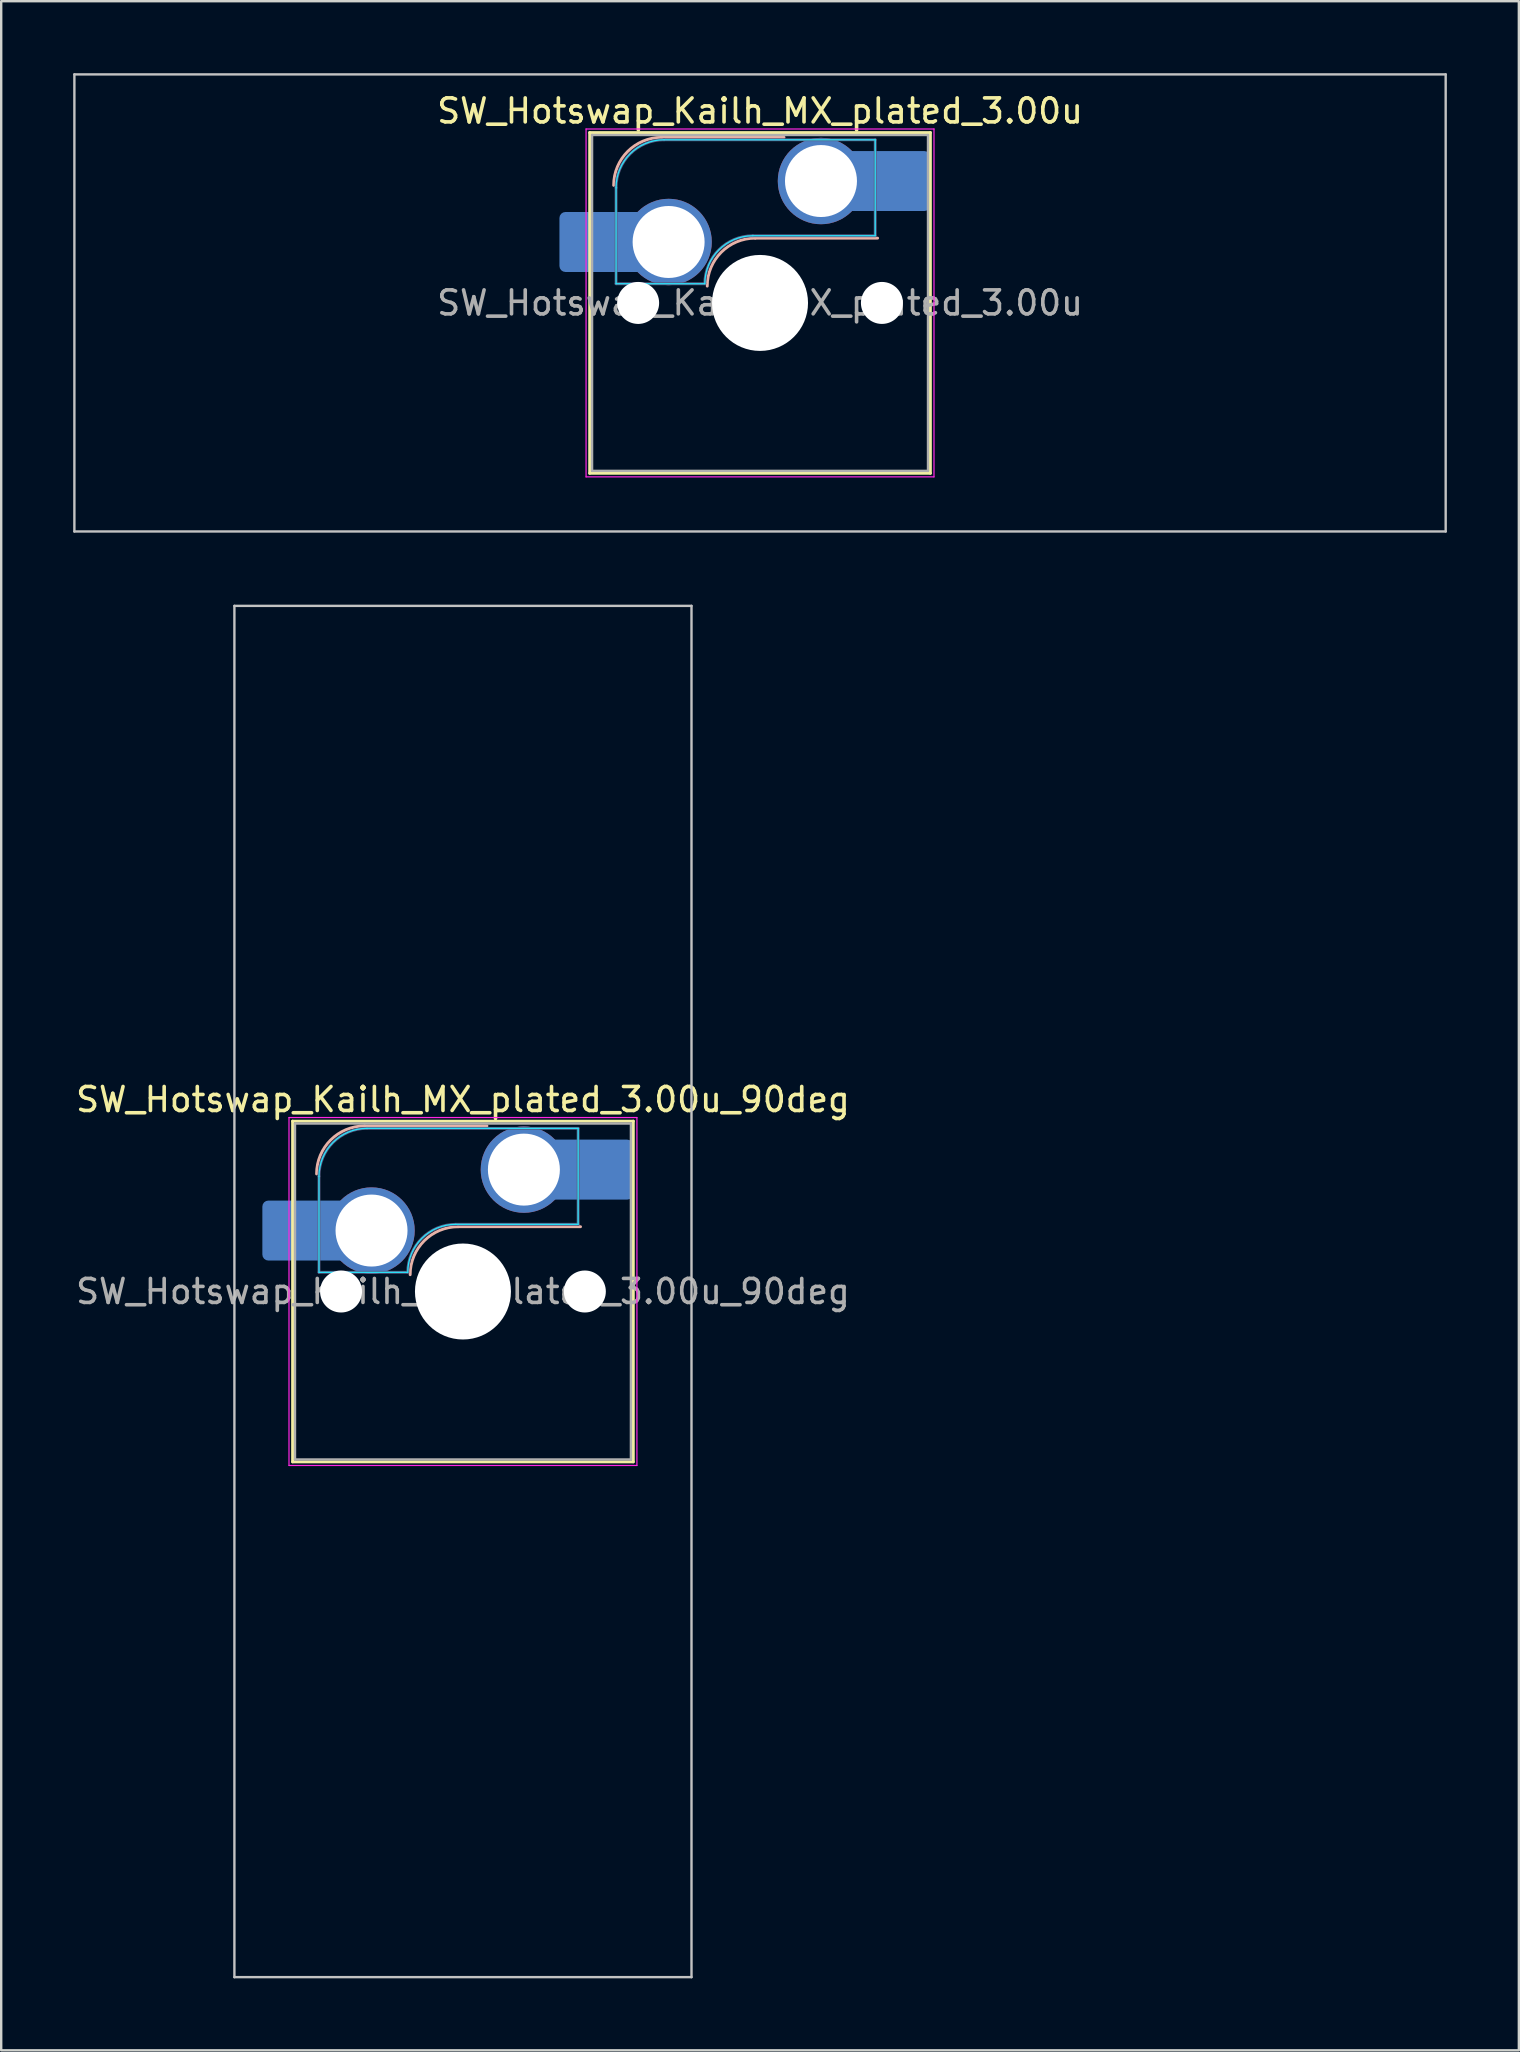
<source format=kicad_pcb>
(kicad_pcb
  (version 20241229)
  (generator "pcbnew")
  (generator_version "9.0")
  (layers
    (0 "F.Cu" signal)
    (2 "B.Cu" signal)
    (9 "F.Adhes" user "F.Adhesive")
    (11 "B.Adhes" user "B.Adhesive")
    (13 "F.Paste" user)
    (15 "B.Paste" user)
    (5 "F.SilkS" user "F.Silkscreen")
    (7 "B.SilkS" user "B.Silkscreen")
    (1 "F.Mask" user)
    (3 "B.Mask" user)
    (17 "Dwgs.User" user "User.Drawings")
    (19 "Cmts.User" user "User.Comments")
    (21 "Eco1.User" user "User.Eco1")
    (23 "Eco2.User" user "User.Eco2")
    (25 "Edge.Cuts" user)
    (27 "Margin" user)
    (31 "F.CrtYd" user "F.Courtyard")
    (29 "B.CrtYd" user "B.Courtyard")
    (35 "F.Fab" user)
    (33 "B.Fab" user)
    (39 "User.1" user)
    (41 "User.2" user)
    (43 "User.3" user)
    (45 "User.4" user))
  (footprint "SW_Hotswap_Kailh_MX_plated_3.00u"
    (layer "F.Cu")
    (at 28.625 9.575)
    (property "Reference" "SW_Hotswap_Kailh_MX_plated_3.00u" (at 0 -8 0) (layer "F.SilkS") (effects (font (size 1 1) (thickness 0.15))))
    (attr smd)
    (fp_line (start -7.1 -7.1) (end -7.1 7.1) (stroke (width 0.12) (type solid)) (layer "F.SilkS"))
    (fp_line (start -7.1 7.1) (end 7.1 7.1) (stroke (width 0.12) (type solid)) (layer "F.SilkS"))
    (fp_line (start 7.1 -7.1) (end -7.1 -7.1) (stroke (width 0.12) (type solid)) (layer "F.SilkS"))
    (fp_line (start 7.1 7.1) (end 7.1 -7.1) (stroke (width 0.12) (type solid)) (layer "F.SilkS"))
    (fp_line (start -4.1 -6.9) (end 1 -6.9) (stroke (width 0.12) (type solid)) (layer "B.SilkS"))
    (fp_line (start -0.2 -2.7) (end 4.9 -2.7) (stroke (width 0.12) (type solid)) (layer "B.SilkS"))
    (fp_arc (start -6.1 -4.9) (mid -5.514214 -6.314214) (end -4.1 -6.9) (stroke (width 0.12) (type solid)) (layer "B.SilkS"))
    (fp_arc (start -2.2 -0.7) (mid -1.614214 -2.114214) (end -0.2 -2.7) (stroke (width 0.12) (type solid)) (layer "B.SilkS"))
    (fp_line (start -28.575 -9.525) (end -28.575 9.525) (stroke (width 0.1) (type solid)) (layer "Dwgs.User"))
    (fp_line (start -28.575 9.525) (end 28.575 9.525) (stroke (width 0.1) (type solid)) (layer "Dwgs.User"))
    (fp_line (start 28.575 -9.525) (end -28.575 -9.525) (stroke (width 0.1) (type solid)) (layer "Dwgs.User"))
    (fp_line (start 28.575 9.525) (end 28.575 -9.525) (stroke (width 0.1) (type solid)) (layer "Dwgs.User"))
    (fp_line (start -7.8 -6) (end -7 -6) (stroke (width 0.1) (type solid)) (layer "Eco1.User"))
    (fp_line (start -7.8 -2.9) (end -7.8 -6) (stroke (width 0.1) (type solid)) (layer "Eco1.User"))
    (fp_line (start -7.8 2.9) (end -7 2.9) (stroke (width 0.1) (type solid)) (layer "Eco1.User"))
    (fp_line (start -7.8 6) (end -7.8 2.9) (stroke (width 0.1) (type solid)) (layer "Eco1.User"))
    (fp_line (start -7 -7) (end 7 -7) (stroke (width 0.1) (type solid)) (layer "Eco1.User"))
    (fp_line (start -7 -6) (end -7 -7) (stroke (width 0.1) (type solid)) (layer "Eco1.User"))
    (fp_line (start -7 -2.9) (end -7.8 -2.9) (stroke (width 0.1) (type solid)) (layer "Eco1.User"))
    (fp_line (start -7 2.9) (end -7 -2.9) (stroke (width 0.1) (type solid)) (layer "Eco1.User"))
    (fp_line (start -7 6) (end -7.8 6) (stroke (width 0.1) (type solid)) (layer "Eco1.User"))
    (fp_line (start -7 7) (end -7 6) (stroke (width 0.1) (type solid)) (layer "Eco1.User"))
    (fp_line (start 7 -7) (end 7 -6) (stroke (width 0.1) (type solid)) (layer "Eco1.User"))
    (fp_line (start 7 -6) (end 7.8 -6) (stroke (width 0.1) (type solid)) (layer "Eco1.User"))
    (fp_line (start 7 -2.9) (end 7 2.9) (stroke (width 0.1) (type solid)) (layer "Eco1.User"))
    (fp_line (start 7 2.9) (end 7.8 2.9) (stroke (width 0.1) (type solid)) (layer "Eco1.User"))
    (fp_line (start 7 6) (end 7 7) (stroke (width 0.1) (type solid)) (layer "Eco1.User"))
    (fp_line (start 7 7) (end -7 7) (stroke (width 0.1) (type solid)) (layer "Eco1.User"))
    (fp_line (start 7.8 -6) (end 7.8 -2.9) (stroke (width 0.1) (type solid)) (layer "Eco1.User"))
    (fp_line (start 7.8 -2.9) (end 7 -2.9) (stroke (width 0.1) (type solid)) (layer "Eco1.User"))
    (fp_line (start 7.8 2.9) (end 7.8 6) (stroke (width 0.1) (type solid)) (layer "Eco1.User"))
    (fp_line (start 7.8 6) (end 7 6) (stroke (width 0.1) (type solid)) (layer "Eco1.User"))
    (fp_line (start -6 -0.8) (end -6 -4.8) (stroke (width 0.05) (type solid)) (layer "B.CrtYd"))
    (fp_line (start -6 -0.8) (end -2.3 -0.8) (stroke (width 0.05) (type solid)) (layer "B.CrtYd"))
    (fp_line (start -4 -6.8) (end 4.8 -6.8) (stroke (width 0.05) (type solid)) (layer "B.CrtYd"))
    (fp_line (start -0.3 -2.8) (end 4.8 -2.8) (stroke (width 0.05) (type solid)) (layer "B.CrtYd"))
    (fp_line (start 4.8 -6.8) (end 4.8 -2.8) (stroke (width 0.05) (type solid)) (layer "B.CrtYd"))
    (fp_arc (start -6 -4.8) (mid -5.414214 -6.214214) (end -4 -6.8) (stroke (width 0.05) (type solid)) (layer "B.CrtYd"))
    (fp_arc (start -2.3 -0.8) (mid -1.714214 -2.214214) (end -0.3 -2.8) (stroke (width 0.05) (type solid)) (layer "B.CrtYd"))
    (fp_line (start -7.25 -7.25) (end -7.25 7.25) (stroke (width 0.05) (type solid)) (layer "F.CrtYd"))
    (fp_line (start -7.25 7.25) (end 7.25 7.25) (stroke (width 0.05) (type solid)) (layer "F.CrtYd"))
    (fp_line (start 7.25 -7.25) (end -7.25 -7.25) (stroke (width 0.05) (type solid)) (layer "F.CrtYd"))
    (fp_line (start 7.25 7.25) (end 7.25 -7.25) (stroke (width 0.05) (type solid)) (layer "F.CrtYd"))
    (fp_line (start -6 -0.8) (end -6 -4.8) (stroke (width 0.12) (type solid)) (layer "B.Fab"))
    (fp_line (start -6 -0.8) (end -2.3 -0.8) (stroke (width 0.12) (type solid)) (layer "B.Fab"))
    (fp_line (start -4 -6.8) (end 4.8 -6.8) (stroke (width 0.12) (type solid)) (layer "B.Fab"))
    (fp_line (start -0.3 -2.8) (end 4.8 -2.8) (stroke (width 0.12) (type solid)) (layer "B.Fab"))
    (fp_line (start 4.8 -6.8) (end 4.8 -2.8) (stroke (width 0.12) (type solid)) (layer "B.Fab"))
    (fp_arc (start -6 -4.8) (mid -5.414214 -6.214214) (end -4 -6.8) (stroke (width 0.12) (type solid)) (layer "B.Fab"))
    (fp_arc (start -2.3 -0.8) (mid -1.714214 -2.214214) (end -0.3 -2.8) (stroke (width 0.12) (type solid)) (layer "B.Fab"))
    (fp_line (start -7 -7) (end -7 7) (stroke (width 0.1) (type solid)) (layer "F.Fab"))
    (fp_line (start -7 7) (end 7 7) (stroke (width 0.1) (type solid)) (layer "F.Fab"))
    (fp_line (start 7 -7) (end -7 -7) (stroke (width 0.1) (type solid)) (layer "F.Fab"))
    (fp_line (start 7 7) (end 7 -7) (stroke (width 0.1) (type solid)) (layer "F.Fab"))
    (fp_text user "${REFERENCE}" (at 0 0 0) (layer "F.Fab") (effects (font (size 1 1) (thickness 0.15))))
    (pad "" smd roundrect (at -7.085 -2.54) (size 2.55 2.5) (layers "B.Mask" "B.Paste") (roundrect_rratio 0.1))
    (pad "" np_thru_hole circle (at -5.08 0) (size 1.75 1.75) (drill 1.75) (layers "*.Cu" "*.Mask"))
    (pad "" np_thru_hole circle (at 0 0) (size 4 4) (drill 4) (layers "*.Cu" "*.Mask"))
    (pad "" np_thru_hole circle (at 5.08 0) (size 1.75 1.75) (drill 1.75) (layers "*.Cu" "*.Mask"))
    (pad "" smd roundrect (at 5.842 -5.08) (size 2.55 2.5) (layers "B.Mask" "B.Paste") (roundrect_rratio 0.1))
    (pad "1" smd roundrect (at -6.585 -2.54) (size 3.55 2.5) (layers "B.Cu") (roundrect_rratio 0.1))
    (pad "1" thru_hole circle (at -3.81 -2.54) (size 3.6 3.6) (drill 3) (layers "*.Cu" "B.Mask"))
    (pad "2" thru_hole circle (at 2.54 -5.08) (size 3.6 3.6) (drill 3) (layers "*.Cu" "B.Mask"))
    (pad "2" smd roundrect (at 5.32 -5.08) (size 3.55 2.5) (layers "B.Cu") (roundrect_rratio 0.1)))
  (footprint "SW_Hotswap_Kailh_MX_plated_3.00u_90deg"
    (layer "F.Cu")
    (at 16.244 50.775)
    (property "Reference" "SW_Hotswap_Kailh_MX_plated_3.00u_90deg" (at 0 -8 0) (layer "F.SilkS") (effects (font (size 1 1) (thickness 0.15))))
    (attr smd)
    (fp_line (start -7.1 -7.1) (end -7.1 7.1) (stroke (width 0.12) (type solid)) (layer "F.SilkS"))
    (fp_line (start -7.1 7.1) (end 7.1 7.1) (stroke (width 0.12) (type solid)) (layer "F.SilkS"))
    (fp_line (start 7.1 -7.1) (end -7.1 -7.1) (stroke (width 0.12) (type solid)) (layer "F.SilkS"))
    (fp_line (start 7.1 7.1) (end 7.1 -7.1) (stroke (width 0.12) (type solid)) (layer "F.SilkS"))
    (fp_line (start -4.1 -6.9) (end 1 -6.9) (stroke (width 0.12) (type solid)) (layer "B.SilkS"))
    (fp_line (start -0.2 -2.7) (end 4.9 -2.7) (stroke (width 0.12) (type solid)) (layer "B.SilkS"))
    (fp_arc (start -6.1 -4.9) (mid -5.514214 -6.314214) (end -4.1 -6.9) (stroke (width 0.12) (type solid)) (layer "B.SilkS"))
    (fp_arc (start -2.2 -0.7) (mid -1.614214 -2.114214) (end -0.2 -2.7) (stroke (width 0.12) (type solid)) (layer "B.SilkS"))
    (fp_line (start -9.525 -28.575) (end 9.525 -28.575) (stroke (width 0.1) (type solid)) (layer "Dwgs.User"))
    (fp_line (start -9.525 28.575) (end -9.525 -28.575) (stroke (width 0.1) (type solid)) (layer "Dwgs.User"))
    (fp_line (start 9.525 -28.575) (end 9.525 28.575) (stroke (width 0.1) (type solid)) (layer "Dwgs.User"))
    (fp_line (start 9.525 28.575) (end -9.525 28.575) (stroke (width 0.1) (type solid)) (layer "Dwgs.User"))
    (fp_line (start -7.8 -6) (end -7 -6) (stroke (width 0.1) (type solid)) (layer "Eco1.User"))
    (fp_line (start -7.8 -2.9) (end -7.8 -6) (stroke (width 0.1) (type solid)) (layer "Eco1.User"))
    (fp_line (start -7.8 2.9) (end -7 2.9) (stroke (width 0.1) (type solid)) (layer "Eco1.User"))
    (fp_line (start -7.8 6) (end -7.8 2.9) (stroke (width 0.1) (type solid)) (layer "Eco1.User"))
    (fp_line (start -7 -7) (end 7 -7) (stroke (width 0.1) (type solid)) (layer "Eco1.User"))
    (fp_line (start -7 -6) (end -7 -7) (stroke (width 0.1) (type solid)) (layer "Eco1.User"))
    (fp_line (start -7 -2.9) (end -7.8 -2.9) (stroke (width 0.1) (type solid)) (layer "Eco1.User"))
    (fp_line (start -7 2.9) (end -7 -2.9) (stroke (width 0.1) (type solid)) (layer "Eco1.User"))
    (fp_line (start -7 6) (end -7.8 6) (stroke (width 0.1) (type solid)) (layer "Eco1.User"))
    (fp_line (start -7 7) (end -7 6) (stroke (width 0.1) (type solid)) (layer "Eco1.User"))
    (fp_line (start 7 -7) (end 7 -6) (stroke (width 0.1) (type solid)) (layer "Eco1.User"))
    (fp_line (start 7 -6) (end 7.8 -6) (stroke (width 0.1) (type solid)) (layer "Eco1.User"))
    (fp_line (start 7 -2.9) (end 7 2.9) (stroke (width 0.1) (type solid)) (layer "Eco1.User"))
    (fp_line (start 7 2.9) (end 7.8 2.9) (stroke (width 0.1) (type solid)) (layer "Eco1.User"))
    (fp_line (start 7 6) (end 7 7) (stroke (width 0.1) (type solid)) (layer "Eco1.User"))
    (fp_line (start 7 7) (end -7 7) (stroke (width 0.1) (type solid)) (layer "Eco1.User"))
    (fp_line (start 7.8 -6) (end 7.8 -2.9) (stroke (width 0.1) (type solid)) (layer "Eco1.User"))
    (fp_line (start 7.8 -2.9) (end 7 -2.9) (stroke (width 0.1) (type solid)) (layer "Eco1.User"))
    (fp_line (start 7.8 2.9) (end 7.8 6) (stroke (width 0.1) (type solid)) (layer "Eco1.User"))
    (fp_line (start 7.8 6) (end 7 6) (stroke (width 0.1) (type solid)) (layer "Eco1.User"))
    (fp_line (start -6 -0.8) (end -6 -4.8) (stroke (width 0.05) (type solid)) (layer "B.CrtYd"))
    (fp_line (start -6 -0.8) (end -2.3 -0.8) (stroke (width 0.05) (type solid)) (layer "B.CrtYd"))
    (fp_line (start -4 -6.8) (end 4.8 -6.8) (stroke (width 0.05) (type solid)) (layer "B.CrtYd"))
    (fp_line (start -0.3 -2.8) (end 4.8 -2.8) (stroke (width 0.05) (type solid)) (layer "B.CrtYd"))
    (fp_line (start 4.8 -6.8) (end 4.8 -2.8) (stroke (width 0.05) (type solid)) (layer "B.CrtYd"))
    (fp_arc (start -6 -4.8) (mid -5.414214 -6.214214) (end -4 -6.8) (stroke (width 0.05) (type solid)) (layer "B.CrtYd"))
    (fp_arc (start -2.3 -0.8) (mid -1.714214 -2.214214) (end -0.3 -2.8) (stroke (width 0.05) (type solid)) (layer "B.CrtYd"))
    (fp_line (start -7.25 -7.25) (end -7.25 7.25) (stroke (width 0.05) (type solid)) (layer "F.CrtYd"))
    (fp_line (start -7.25 7.25) (end 7.25 7.25) (stroke (width 0.05) (type solid)) (layer "F.CrtYd"))
    (fp_line (start 7.25 -7.25) (end -7.25 -7.25) (stroke (width 0.05) (type solid)) (layer "F.CrtYd"))
    (fp_line (start 7.25 7.25) (end 7.25 -7.25) (stroke (width 0.05) (type solid)) (layer "F.CrtYd"))
    (fp_line (start -6 -0.8) (end -6 -4.8) (stroke (width 0.12) (type solid)) (layer "B.Fab"))
    (fp_line (start -6 -0.8) (end -2.3 -0.8) (stroke (width 0.12) (type solid)) (layer "B.Fab"))
    (fp_line (start -4 -6.8) (end 4.8 -6.8) (stroke (width 0.12) (type solid)) (layer "B.Fab"))
    (fp_line (start -0.3 -2.8) (end 4.8 -2.8) (stroke (width 0.12) (type solid)) (layer "B.Fab"))
    (fp_line (start 4.8 -6.8) (end 4.8 -2.8) (stroke (width 0.12) (type solid)) (layer "B.Fab"))
    (fp_arc (start -6 -4.8) (mid -5.414214 -6.214214) (end -4 -6.8) (stroke (width 0.12) (type solid)) (layer "B.Fab"))
    (fp_arc (start -2.3 -0.8) (mid -1.714214 -2.214214) (end -0.3 -2.8) (stroke (width 0.12) (type solid)) (layer "B.Fab"))
    (fp_line (start -7 -7) (end -7 7) (stroke (width 0.1) (type solid)) (layer "F.Fab"))
    (fp_line (start -7 7) (end 7 7) (stroke (width 0.1) (type solid)) (layer "F.Fab"))
    (fp_line (start 7 -7) (end -7 -7) (stroke (width 0.1) (type solid)) (layer "F.Fab"))
    (fp_line (start 7 7) (end 7 -7) (stroke (width 0.1) (type solid)) (layer "F.Fab"))
    (fp_text user "${REFERENCE}" (at 0 0 0) (layer "F.Fab") (effects (font (size 1 1) (thickness 0.15))))
    (pad "" smd roundrect (at -7.085 -2.54) (size 2.55 2.5) (layers "B.Mask" "B.Paste") (roundrect_rratio 0.1))
    (pad "" np_thru_hole circle (at -5.08 0) (size 1.75 1.75) (drill 1.75) (layers "*.Cu" "*.Mask"))
    (pad "" np_thru_hole circle (at 0 0) (size 4 4) (drill 4) (layers "*.Cu" "*.Mask"))
    (pad "" np_thru_hole circle (at 5.08 0) (size 1.75 1.75) (drill 1.75) (layers "*.Cu" "*.Mask"))
    (pad "" smd roundrect (at 5.842 -5.08) (size 2.55 2.5) (layers "B.Mask" "B.Paste") (roundrect_rratio 0.1))
    (pad "1" smd roundrect (at -6.585 -2.54) (size 3.55 2.5) (layers "B.Cu") (roundrect_rratio 0.1))
    (pad "1" thru_hole circle (at -3.81 -2.54) (size 3.6 3.6) (drill 3) (layers "*.Cu" "B.Mask"))
    (pad "2" thru_hole circle (at 2.54 -5.08) (size 3.6 3.6) (drill 3) (layers "*.Cu" "B.Mask"))
    (pad "2" smd roundrect (at 5.32 -5.08) (size 3.55 2.5) (layers "B.Cu") (roundrect_rratio 0.1)))
  (gr_rect
    (start -3 -3)
    (end 60.25 82.4)
    (stroke (width 0.1) (type default))
    (fill no)
    (layer "Edge.Cuts")))
</source>
